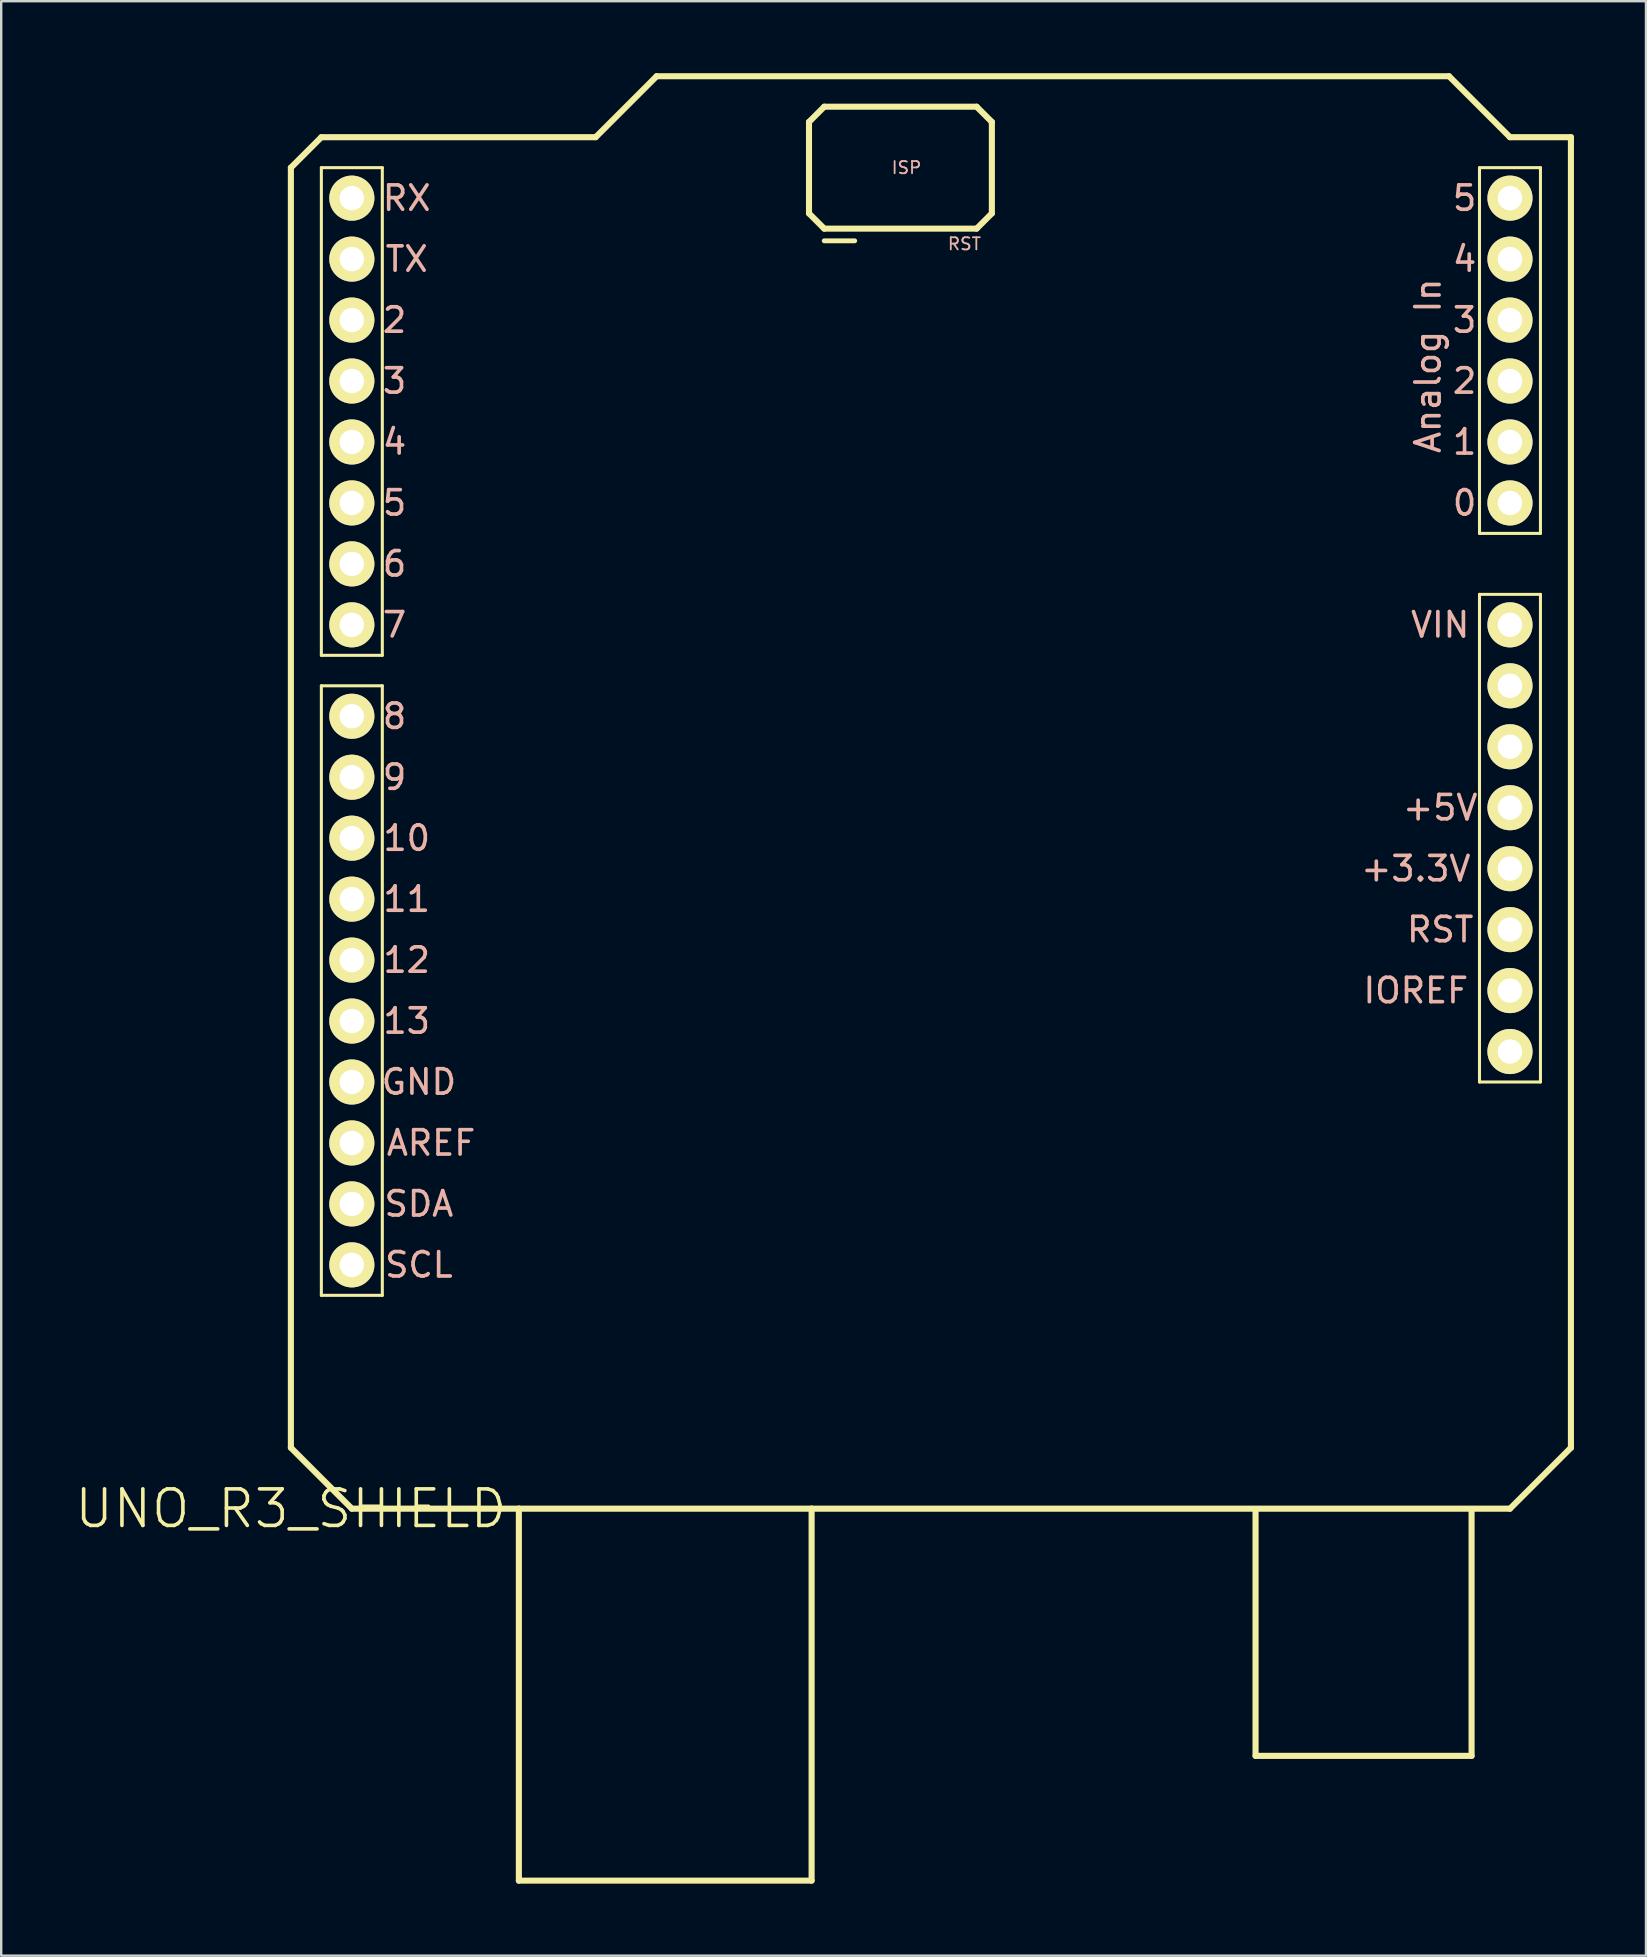
<source format=kicad_pcb>
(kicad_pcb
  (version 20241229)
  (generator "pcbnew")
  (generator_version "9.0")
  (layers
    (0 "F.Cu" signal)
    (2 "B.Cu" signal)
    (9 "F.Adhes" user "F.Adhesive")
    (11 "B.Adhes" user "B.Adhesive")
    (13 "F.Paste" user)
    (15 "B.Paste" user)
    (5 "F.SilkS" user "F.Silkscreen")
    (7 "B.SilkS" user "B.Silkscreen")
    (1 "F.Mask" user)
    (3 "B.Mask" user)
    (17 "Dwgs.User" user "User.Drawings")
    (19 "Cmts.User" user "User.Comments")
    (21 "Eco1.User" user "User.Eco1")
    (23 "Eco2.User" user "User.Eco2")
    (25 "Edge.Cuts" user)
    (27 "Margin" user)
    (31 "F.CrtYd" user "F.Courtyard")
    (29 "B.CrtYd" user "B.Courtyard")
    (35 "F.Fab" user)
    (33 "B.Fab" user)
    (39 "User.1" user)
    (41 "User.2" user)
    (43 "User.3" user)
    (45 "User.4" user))
  (footprint "UNO_R3_SHIELD"
    (layer "F.Cu")
    (at 9.071 59.817)
    (property "Reference" "UNO_R3_SHIELD" (at 0 0 0) (layer "F.SilkS") (effects (font (size 1.524 1.524) (thickness 0.15))))
    (attr exclude_from_pos_files exclude_from_bom)
    (fp_line (start 0 -55.88) (end 0 -2.54) (stroke (width 0.254) (type solid)) (layer "F.SilkS"))
    (fp_line (start 0 -2.54) (end 2.54 0) (stroke (width 0.254) (type solid)) (layer "F.SilkS"))
    (fp_line (start 1.27 -57.15) (end 0 -55.88) (stroke (width 0.254) (type solid)) (layer "F.SilkS"))
    (fp_line (start 1.27 -55.88) (end 3.81 -55.88) (stroke (width 0.127) (type solid)) (layer "F.SilkS"))
    (fp_line (start 1.27 -35.56) (end 1.27 -55.88) (stroke (width 0.127) (type solid)) (layer "F.SilkS"))
    (fp_line (start 1.27 -34.29) (end 3.81 -34.29) (stroke (width 0.127) (type solid)) (layer "F.SilkS"))
    (fp_line (start 1.27 -8.89) (end 1.27 -34.29) (stroke (width 0.127) (type solid)) (layer "F.SilkS"))
    (fp_line (start 2.54 0) (end 9.5 0) (stroke (width 0.254) (type solid)) (layer "F.SilkS"))
    (fp_line (start 3.81 -55.88) (end 3.81 -35.56) (stroke (width 0.127) (type solid)) (layer "F.SilkS"))
    (fp_line (start 3.81 -35.56) (end 1.27 -35.56) (stroke (width 0.127) (type solid)) (layer "F.SilkS"))
    (fp_line (start 3.81 -34.29) (end 3.81 -8.89) (stroke (width 0.127) (type solid)) (layer "F.SilkS"))
    (fp_line (start 3.81 -8.89) (end 1.27 -8.89) (stroke (width 0.127) (type solid)) (layer "F.SilkS"))
    (fp_line (start 9.5 0) (end 21.699 0) (stroke (width 0.254) (type solid)) (layer "F.SilkS"))
    (fp_line (start 9.5 15.499) (end 9.5 0) (stroke (width 0.254) (type solid)) (layer "F.SilkS"))
    (fp_line (start 9.5 15.499) (end 21.699 15.499) (stroke (width 0.254) (type solid)) (layer "F.SilkS"))
    (fp_line (start 12.7 -57.15) (end 1.27 -57.15) (stroke (width 0.254) (type solid)) (layer "F.SilkS"))
    (fp_line (start 15.24 -59.69) (end 12.7 -57.15) (stroke (width 0.254) (type solid)) (layer "F.SilkS"))
    (fp_line (start 21.59 -57.785) (end 22.225 -58.42) (stroke (width 0.254) (type solid)) (layer "F.SilkS"))
    (fp_line (start 21.59 -53.975) (end 21.59 -57.785) (stroke (width 0.254) (type solid)) (layer "F.SilkS"))
    (fp_line (start 21.699 0) (end 50.8 0) (stroke (width 0.254) (type solid)) (layer "F.SilkS"))
    (fp_line (start 21.699 15.499) (end 21.699 0) (stroke (width 0.254) (type solid)) (layer "F.SilkS"))
    (fp_line (start 22.225 -58.42) (end 28.575 -58.42) (stroke (width 0.254) (type solid)) (layer "F.SilkS"))
    (fp_line (start 22.225 -53.34) (end 21.59 -53.975) (stroke (width 0.254) (type solid)) (layer "F.SilkS"))
    (fp_line (start 23.495 -52.832) (end 22.225 -52.832) (stroke (width 0.203) (type solid)) (layer "F.SilkS"))
    (fp_line (start 28.575 -58.42) (end 29.21 -57.785) (stroke (width 0.254) (type solid)) (layer "F.SilkS"))
    (fp_line (start 28.575 -53.34) (end 22.225 -53.34) (stroke (width 0.254) (type solid)) (layer "F.SilkS"))
    (fp_line (start 29.21 -57.785) (end 29.21 -53.975) (stroke (width 0.254) (type solid)) (layer "F.SilkS"))
    (fp_line (start 29.21 -53.975) (end 28.575 -53.34) (stroke (width 0.254) (type solid)) (layer "F.SilkS"))
    (fp_line (start 40.198 10.3) (end 40.198 0.099) (stroke (width 0.254) (type solid)) (layer "F.SilkS"))
    (fp_line (start 40.198 10.3) (end 49.2 10.3) (stroke (width 0.254) (type solid)) (layer "F.SilkS"))
    (fp_line (start 48.26 -59.69) (end 15.24 -59.69) (stroke (width 0.254) (type solid)) (layer "F.SilkS"))
    (fp_line (start 49.2 10.3) (end 49.2 0.099) (stroke (width 0.254) (type solid)) (layer "F.SilkS"))
    (fp_line (start 49.53 -55.88) (end 52.07 -55.88) (stroke (width 0.127) (type solid)) (layer "F.SilkS"))
    (fp_line (start 49.53 -40.64) (end 49.53 -55.88) (stroke (width 0.127) (type solid)) (layer "F.SilkS"))
    (fp_line (start 49.53 -38.1) (end 49.53 -17.78) (stroke (width 0.127) (type solid)) (layer "F.SilkS"))
    (fp_line (start 49.53 -17.78) (end 52.07 -17.78) (stroke (width 0.127) (type solid)) (layer "F.SilkS"))
    (fp_line (start 50.8 -57.15) (end 48.26 -59.69) (stroke (width 0.254) (type solid)) (layer "F.SilkS"))
    (fp_line (start 50.8 0) (end 53.34 -2.54) (stroke (width 0.254) (type solid)) (layer "F.SilkS"))
    (fp_line (start 52.07 -55.88) (end 52.07 -40.64) (stroke (width 0.127) (type solid)) (layer "F.SilkS"))
    (fp_line (start 52.07 -40.64) (end 49.53 -40.64) (stroke (width 0.127) (type solid)) (layer "F.SilkS"))
    (fp_line (start 52.07 -38.1) (end 49.53 -38.1) (stroke (width 0.127) (type solid)) (layer "F.SilkS"))
    (fp_line (start 52.07 -17.78) (end 52.07 -38.1) (stroke (width 0.127) (type solid)) (layer "F.SilkS"))
    (fp_line (start 53.34 -57.15) (end 50.8 -57.15) (stroke (width 0.254) (type solid)) (layer "F.SilkS"))
    (fp_line (start 53.34 -2.54) (end 53.34 -57.15) (stroke (width 0.254) (type solid)) (layer "F.SilkS"))
    (fp_text user "8" (at 4.318 -33.02 0) (layer "B.SilkS") (effects (font (size 1.016 1.016) (thickness 0.152))))
    (fp_text user "+5V" (at 47.892 -29.21 180) (layer "B.SilkS") (effects (font (size 1.016 1.016) (thickness 0.152))))
    (fp_text user "AREF" (at 5.842 -15.24 0) (layer "B.SilkS") (effects (font (size 1.016 1.016) (thickness 0.152))))
    (fp_text user "IOREF" (at 46.876 -21.59 180) (layer "B.SilkS") (effects (font (size 1.016 1.016) (thickness 0.152))))
    (fp_text user "13" (at 4.826 -20.32 0) (layer "B.SilkS") (effects (font (size 1.016 1.016) (thickness 0.152))))
    (fp_text user "12" (at 4.826 -22.86 0) (layer "B.SilkS") (effects (font (size 1.016 1.016) (thickness 0.152))))
    (fp_text user "ISP" (at 25.654 -55.88 0) (layer "B.SilkS") (effects (font (size 0.508 0.508) (thickness 0.076))))
    (fp_text user "11" (at 4.826 -25.4 0) (layer "B.SilkS") (effects (font (size 1.016 1.016) (thickness 0.152))))
    (fp_text user "SCL" (at 5.334 -10.16 0) (layer "B.SilkS") (effects (font (size 1.016 1.016) (thickness 0.152))))
    (fp_text user "4" (at 4.318 -44.45 0) (layer "B.SilkS") (effects (font (size 1.016 1.016) (thickness 0.152))))
    (fp_text user "10" (at 4.826 -27.94 0) (layer "B.SilkS") (effects (font (size 1.016 1.016) (thickness 0.152))))
    (fp_text user "4" (at 48.908 -52.07 180) (layer "B.SilkS") (effects (font (size 1.016 1.016) (thickness 0.152))))
    (fp_text user "2" (at 48.908 -46.99 180) (layer "B.SilkS") (effects (font (size 1.016 1.016) (thickness 0.152))))
    (fp_text user "2" (at 4.318 -49.53 0) (layer "B.SilkS") (effects (font (size 1.016 1.016) (thickness 0.152))))
    (fp_text user "0" (at 48.908 -41.91 180) (layer "B.SilkS") (effects (font (size 1.016 1.016) (thickness 0.152))))
    (fp_text user "Analog In" (at 47.384 -47.625 270) (layer "B.SilkS") (effects (font (size 1.016 1.016) (thickness 0.152))))
    (fp_text user "5" (at 4.318 -41.91 0) (layer "B.SilkS") (effects (font (size 1.016 1.016) (thickness 0.152))))
    (fp_text user "GND" (at 5.334 -17.78 0) (layer "B.SilkS") (effects (font (size 1.016 1.016) (thickness 0.152))))
    (fp_text user "RST" (at 47.892 -24.13 180) (layer "B.SilkS") (effects (font (size 1.016 1.016) (thickness 0.152))))
    (fp_text user "RX" (at 4.826 -54.61 0) (layer "B.SilkS") (effects (font (size 1.016 1.016) (thickness 0.152))))
    (fp_text user "+3.3V" (at 46.876 -26.67 180) (layer "B.SilkS") (effects (font (size 1.016 1.016) (thickness 0.152))))
    (fp_text user "3" (at 48.908 -49.53 180) (layer "B.SilkS") (effects (font (size 1.016 1.016) (thickness 0.152))))
    (fp_text user "7" (at 4.318 -36.83 0) (layer "B.SilkS") (effects (font (size 1.016 1.016) (thickness 0.152))))
    (fp_text user "RST" (at 28.067 -52.705 0) (layer "B.SilkS") (effects (font (size 0.508 0.508) (thickness 0.076))))
    (fp_text user "1" (at 48.908 -44.45 180) (layer "B.SilkS") (effects (font (size 1.016 1.016) (thickness 0.152))))
    (fp_text user "SDA" (at 5.334 -12.7 0) (layer "B.SilkS") (effects (font (size 1.016 1.016) (thickness 0.152))))
    (fp_text user "3" (at 4.318 -46.99 0) (layer "B.SilkS") (effects (font (size 1.016 1.016) (thickness 0.152))))
    (fp_text user "6" (at 4.318 -39.37 0) (layer "B.SilkS") (effects (font (size 1.016 1.016) (thickness 0.152))))
    (fp_text user "9" (at 4.318 -30.48 0) (layer "B.SilkS") (effects (font (size 1.016 1.016) (thickness 0.152))))
    (fp_text user "TX" (at 4.826 -52.07 0) (layer "B.SilkS") (effects (font (size 1.016 1.016) (thickness 0.152))))
    (fp_text user "5" (at 48.908 -54.61 180) (layer "B.SilkS") (effects (font (size 1.016 1.016) (thickness 0.152))))
    (fp_text user "VIN" (at 47.892 -36.83 180) (layer "B.SilkS") (effects (font (size 1.016 1.016) (thickness 0.152))))
    (pad "3.3V" thru_hole circle (at 50.8 -26.67) (size 1.88 1.88) (drill 1.016) (layers "*.Cu" "F.Mask" "F.SilkS" "F.Paste"))
    (pad "5V" thru_hole circle (at 50.8 -29.21) (size 1.88 1.88) (drill 1.016) (layers "*.Cu" "F.Mask" "F.SilkS" "F.Paste"))
    (pad "A0" thru_hole circle (at 50.8 -41.91) (size 1.88 1.88) (drill 1.016) (layers "*.Cu" "F.Mask" "F.SilkS" "F.Paste"))
    (pad "A1" thru_hole circle (at 50.8 -44.45) (size 1.88 1.88) (drill 1.016) (layers "*.Cu" "F.Mask" "F.SilkS" "F.Paste"))
    (pad "A2" thru_hole circle (at 50.8 -46.99) (size 1.88 1.88) (drill 1.016) (layers "*.Cu" "F.Mask" "F.SilkS" "F.Paste"))
    (pad "A3" thru_hole circle (at 50.8 -49.53) (size 1.88 1.88) (drill 1.016) (layers "*.Cu" "F.Mask" "F.SilkS" "F.Paste"))
    (pad "A4" thru_hole circle (at 50.8 -52.07) (size 1.88 1.88) (drill 1.016) (layers "*.Cu" "F.Mask" "F.SilkS" "F.Paste"))
    (pad "A5" thru_hole circle (at 50.8 -54.61) (size 1.88 1.88) (drill 1.016) (layers "*.Cu" "F.Mask" "F.SilkS" "F.Paste"))
    (pad "AREF" thru_hole circle (at 2.54 -15.24) (size 1.88 1.88) (drill 1.016) (layers "*.Cu" "F.Mask" "F.SilkS" "F.Paste"))
    (pad "D2" thru_hole circle (at 2.54 -49.53) (size 1.88 1.88) (drill 1.016) (layers "*.Cu" "F.Mask" "F.SilkS" "F.Paste"))
    (pad "D3" thru_hole circle (at 2.54 -46.99) (size 1.88 1.88) (drill 1.016) (layers "*.Cu" "F.Mask" "F.SilkS" "F.Paste"))
    (pad "D4" thru_hole circle (at 2.54 -44.45) (size 1.88 1.88) (drill 1.016) (layers "*.Cu" "F.Mask" "F.SilkS" "F.Paste"))
    (pad "D5" thru_hole circle (at 2.54 -41.91) (size 1.88 1.88) (drill 1.016) (layers "*.Cu" "F.Mask" "F.SilkS" "F.Paste"))
    (pad "D6" thru_hole circle (at 2.54 -39.37) (size 1.88 1.88) (drill 1.016) (layers "*.Cu" "F.Mask" "F.SilkS" "F.Paste"))
    (pad "D7" thru_hole circle (at 2.54 -36.83) (size 1.88 1.88) (drill 1.016) (layers "*.Cu" "F.Mask" "F.SilkS" "F.Paste"))
    (pad "D8" thru_hole circle (at 2.54 -33.02) (size 1.88 1.88) (drill 1.016) (layers "*.Cu" "F.Mask" "F.SilkS" "F.Paste"))
    (pad "D9" thru_hole circle (at 2.54 -30.48) (size 1.88 1.88) (drill 1.016) (layers "*.Cu" "F.Mask" "F.SilkS" "F.Paste"))
    (pad "D10" thru_hole circle (at 2.54 -27.94) (size 1.88 1.88) (drill 1.016) (layers "*.Cu" "F.Mask" "F.SilkS" "F.Paste"))
    (pad "D11" thru_hole circle (at 2.54 -25.4) (size 1.88 1.88) (drill 1.016) (layers "*.Cu" "F.Mask" "F.SilkS" "F.Paste"))
    (pad "D12" thru_hole circle (at 2.54 -22.86) (size 1.88 1.88) (drill 1.016) (layers "*.Cu" "F.Mask" "F.SilkS" "F.Paste"))
    (pad "D13" thru_hole circle (at 2.54 -20.32) (size 1.88 1.88) (drill 1.016) (layers "*.Cu" "F.Mask" "F.SilkS" "F.Paste"))
    (pad "GND@" thru_hole circle (at 2.54 -17.78) (size 1.88 1.88) (drill 1.016) (layers "*.Cu" "F.Mask" "F.SilkS" "F.Paste"))
    (pad "GND@" thru_hole circle (at 50.8 -34.29) (size 1.88 1.88) (drill 1.016) (layers "*.Cu" "F.Mask" "F.SilkS" "F.Paste"))
    (pad "GND@" thru_hole circle (at 50.8 -31.75) (size 1.88 1.88) (drill 1.016) (layers "*.Cu" "F.Mask" "F.SilkS" "F.Paste"))
    (pad "IORE" thru_hole circle (at 50.8 -21.59) (size 1.88 1.88) (drill 1.016) (layers "*.Cu" "F.Mask" "F.SilkS" "F.Paste"))
    (pad "NC" thru_hole circle (at 50.8 -19.05) (size 1.88 1.88) (drill 1.016) (layers "*.Cu" "F.Mask" "F.SilkS" "F.Paste"))
    (pad "RES" thru_hole circle (at 50.8 -24.13) (size 1.88 1.88) (drill 1.016) (layers "*.Cu" "F.Mask" "F.SilkS" "F.Paste"))
    (pad "RX" thru_hole circle (at 2.54 -54.61) (size 1.88 1.88) (drill 1.016) (layers "*.Cu" "F.Mask" "F.SilkS" "F.Paste"))
    (pad "SCL" thru_hole circle (at 2.54 -10.16) (size 1.88 1.88) (drill 1.016) (layers "*.Cu" "F.Mask" "F.SilkS" "F.Paste"))
    (pad "SDA" thru_hole circle (at 2.54 -12.7) (size 1.88 1.88) (drill 1.016) (layers "*.Cu" "F.Mask" "F.SilkS" "F.Paste"))
    (pad "TX" thru_hole circle (at 2.54 -52.07) (size 1.88 1.88) (drill 1.016) (layers "*.Cu" "F.Mask" "F.SilkS" "F.Paste"))
    (pad "VIN" thru_hole circle (at 50.8 -36.83) (size 1.88 1.88) (drill 1.016) (layers "*.Cu" "F.Mask" "F.SilkS" "F.Paste")))
  (gr_rect
    (start -3 -3)
    (end 65.538 78.443)
    (stroke (width 0.1) (type default))
    (fill no)
    (layer "Edge.Cuts")))
</source>
